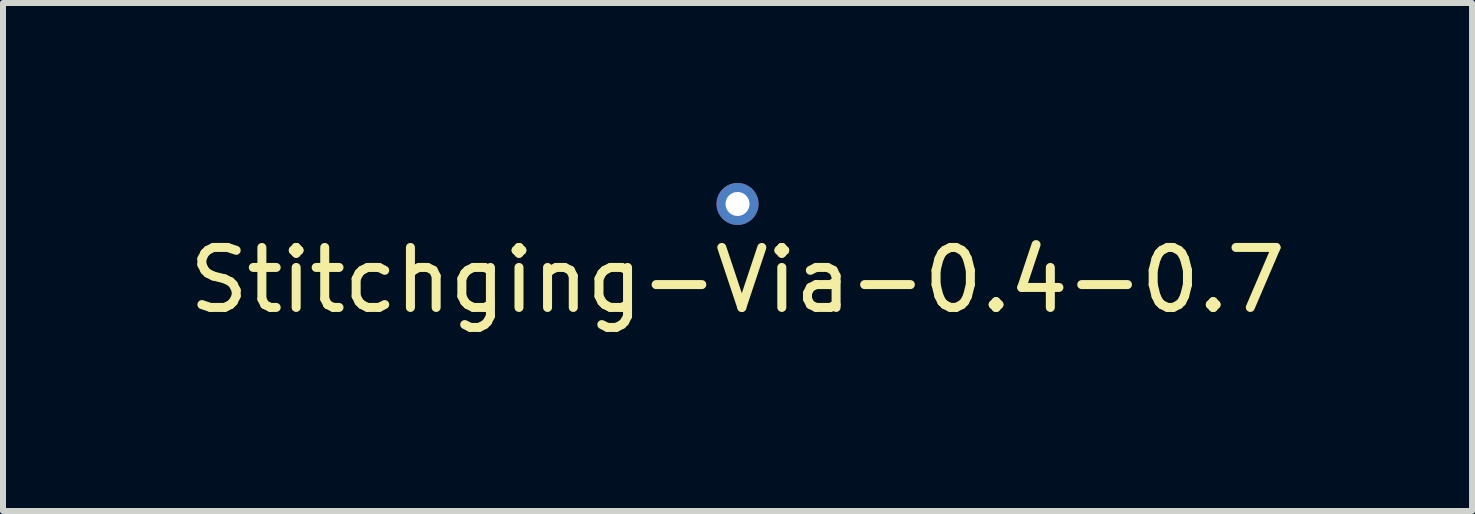
<source format=kicad_pcb>
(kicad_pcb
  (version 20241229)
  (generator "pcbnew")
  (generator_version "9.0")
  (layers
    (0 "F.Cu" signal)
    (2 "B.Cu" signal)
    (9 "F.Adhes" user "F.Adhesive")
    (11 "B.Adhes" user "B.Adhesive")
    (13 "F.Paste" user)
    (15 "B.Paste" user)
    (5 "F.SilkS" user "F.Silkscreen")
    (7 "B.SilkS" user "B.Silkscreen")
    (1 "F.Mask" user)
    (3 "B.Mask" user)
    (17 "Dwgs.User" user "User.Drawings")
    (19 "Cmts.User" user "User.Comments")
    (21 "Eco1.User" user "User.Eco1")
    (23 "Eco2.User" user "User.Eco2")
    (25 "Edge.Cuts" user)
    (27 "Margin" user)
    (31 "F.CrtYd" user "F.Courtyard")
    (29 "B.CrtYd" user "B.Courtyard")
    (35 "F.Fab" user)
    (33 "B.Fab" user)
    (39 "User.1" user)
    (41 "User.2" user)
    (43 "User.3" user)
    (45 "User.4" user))
  (footprint "Stitchging-Via-0.4-0.7"
    (layer "F.Cu")
    (at 9.244 0.35)
    (property "Reference" "Stitchging-Via-0.4-0.7" (at 0 1.27 0) (layer "F.SilkS") (effects (font (size 1 1) (thickness 0.15))))
    (attr through_hole)
    (pad "1" thru_hole circle (at 0 0) (size 0.7 0.7) (drill 0.4) (layers "*.Cu")))
  (gr_rect
    (start -3 -3)
    (end 21.488 5.468)
    (stroke (width 0.1) (type default))
    (fill no)
    (layer "Edge.Cuts")))
</source>
